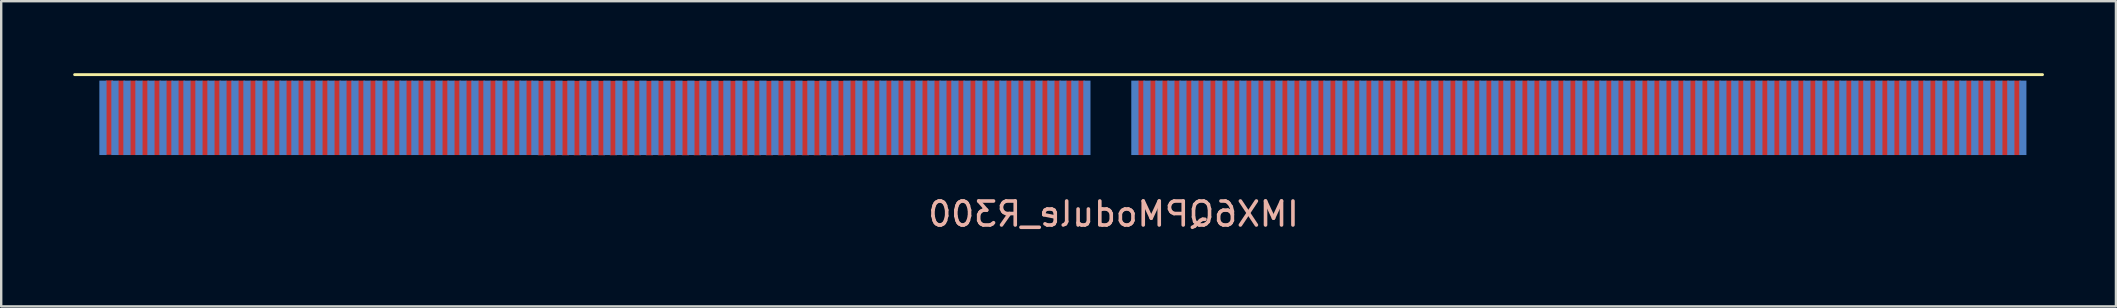
<source format=kicad_pcb>
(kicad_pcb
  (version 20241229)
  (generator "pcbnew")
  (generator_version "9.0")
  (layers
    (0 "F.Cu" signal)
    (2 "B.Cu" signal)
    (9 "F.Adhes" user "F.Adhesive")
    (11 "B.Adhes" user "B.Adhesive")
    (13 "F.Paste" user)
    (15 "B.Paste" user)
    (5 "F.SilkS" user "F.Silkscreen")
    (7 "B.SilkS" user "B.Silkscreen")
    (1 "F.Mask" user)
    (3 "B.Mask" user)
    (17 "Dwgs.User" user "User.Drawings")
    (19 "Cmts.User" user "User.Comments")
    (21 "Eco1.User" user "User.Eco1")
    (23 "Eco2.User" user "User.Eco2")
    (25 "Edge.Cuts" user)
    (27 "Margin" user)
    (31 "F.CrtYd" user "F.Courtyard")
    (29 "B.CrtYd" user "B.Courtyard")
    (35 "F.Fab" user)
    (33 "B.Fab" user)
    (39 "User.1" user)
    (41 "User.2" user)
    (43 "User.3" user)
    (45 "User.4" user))
  (footprint "IMX6QPModule_R300"
    (layer "F.Cu")
    (at 43.26 4.86)
    (property "Reference" "IMX6QPModule_R300" (at 0.09 1.01 0) (layer "B.SilkS") (effects (font (size 1 1) (thickness 0.15)) (justify mirror)))
    (attr through_hole)
    (fp_line (start -43.2 -4.8) (end 38.8 -4.8) (stroke (width 0.12) (type solid)) (layer "F.SilkS"))
    (pad "1" smd rect (at -42.02 -3) (size 0.3 3.1) (layers "B.Cu" "B.Mask" "B.Paste"))
    (pad "2" smd rect (at -41.75 -3.01) (size 0.3 3.1) (layers "F.Cu" "F.Mask" "F.Paste"))
    (pad "3" smd rect (at -41.52 -3) (size 0.3 3.1) (layers "B.Cu" "B.Mask" "B.Paste"))
    (pad "4" smd rect (at -41.25 -3) (size 0.3 3.1) (layers "F.Cu" "F.Mask" "F.Paste"))
    (pad "5" smd rect (at -41.02 -3) (size 0.3 3.1) (layers "B.Cu" "B.Mask" "B.Paste"))
    (pad "6" smd rect (at -40.75 -3) (size 0.3 3.1) (layers "F.Cu" "F.Mask" "F.Paste"))
    (pad "7" smd rect (at -40.52 -3) (size 0.3 3.1) (layers "B.Cu" "B.Mask" "B.Paste"))
    (pad "8" smd rect (at -40.25 -3) (size 0.3 3.1) (layers "F.Cu" "F.Mask" "F.Paste"))
    (pad "9" smd rect (at -40.02 -3) (size 0.3 3.1) (layers "B.Cu" "B.Mask" "B.Paste"))
    (pad "10" smd rect (at -39.75 -3) (size 0.3 3.1) (layers "F.Cu" "F.Mask" "F.Paste"))
    (pad "11" smd rect (at -39.52 -3) (size 0.3 3.1) (layers "B.Cu" "B.Mask" "B.Paste"))
    (pad "12" smd rect (at -39.25 -3) (size 0.3 3.1) (layers "F.Cu" "F.Mask" "F.Paste"))
    (pad "13" smd rect (at -39.02 -3) (size 0.3 3.1) (layers "B.Cu" "B.Mask" "B.Paste"))
    (pad "14" smd rect (at -38.75 -3) (size 0.3 3.1) (layers "F.Cu" "F.Mask" "F.Paste"))
    (pad "15" smd rect (at -38.52 -3) (size 0.3 3.1) (layers "B.Cu" "B.Mask" "B.Paste"))
    (pad "16" smd rect (at -38.25 -3) (size 0.3 3.1) (layers "F.Cu" "F.Mask" "F.Paste"))
    (pad "17" smd rect (at -38.02 -3) (size 0.3 3.1) (layers "B.Cu" "B.Mask" "B.Paste"))
    (pad "18" smd rect (at -37.75 -3) (size 0.3 3.1) (layers "F.Cu" "F.Mask" "F.Paste"))
    (pad "19" smd rect (at -37.52 -3) (size 0.3 3.1) (layers "B.Cu" "B.Mask" "B.Paste"))
    (pad "20" smd rect (at -37.25 -3) (size 0.3 3.1) (layers "F.Cu" "F.Mask" "F.Paste"))
    (pad "21" smd rect (at -37.02 -3) (size 0.3 3.1) (layers "B.Cu" "B.Mask" "B.Paste"))
    (pad "22" smd rect (at -36.75 -3) (size 0.3 3.1) (layers "F.Cu" "F.Mask" "F.Paste"))
    (pad "23" smd rect (at -36.52 -3) (size 0.3 3.1) (layers "B.Cu" "B.Mask" "B.Paste"))
    (pad "24" smd rect (at -36.25 -3) (size 0.3 3.1) (layers "F.Cu" "F.Mask" "F.Paste"))
    (pad "25" smd rect (at -36.02 -3) (size 0.3 3.1) (layers "B.Cu" "B.Mask" "B.Paste"))
    (pad "26" smd rect (at -35.75 -3) (size 0.3 3.1) (layers "F.Cu" "F.Mask" "F.Paste"))
    (pad "27" smd rect (at -35.52 -3) (size 0.3 3.1) (layers "B.Cu" "B.Mask" "B.Paste"))
    (pad "28" smd rect (at -35.25 -3) (size 0.3 3.1) (layers "F.Cu" "F.Mask" "F.Paste"))
    (pad "29" smd rect (at -35.02 -3) (size 0.3 3.1) (layers "B.Cu" "B.Mask" "B.Paste"))
    (pad "30" smd rect (at -34.75 -3) (size 0.3 3.1) (layers "F.Cu" "F.Mask" "F.Paste"))
    (pad "31" smd rect (at -34.52 -3) (size 0.3 3.1) (layers "B.Cu" "B.Mask" "B.Paste"))
    (pad "32" smd rect (at -34.25 -3) (size 0.3 3.1) (layers "F.Cu" "F.Mask" "F.Paste"))
    (pad "33" smd rect (at -34.02 -3) (size 0.3 3.1) (layers "B.Cu" "B.Mask" "B.Paste"))
    (pad "34" smd rect (at -33.75 -3) (size 0.3 3.1) (layers "F.Cu" "F.Mask" "F.Paste"))
    (pad "35" smd rect (at -33.52 -3) (size 0.3 3.1) (layers "B.Cu" "B.Mask" "B.Paste"))
    (pad "36" smd rect (at -33.25 -3) (size 0.3 3.1) (layers "F.Cu" "F.Mask" "F.Paste"))
    (pad "37" smd rect (at -33.02 -3) (size 0.3 3.1) (layers "B.Cu" "B.Mask" "B.Paste"))
    (pad "38" smd rect (at -32.75 -3) (size 0.3 3.1) (layers "F.Cu" "F.Mask" "F.Paste"))
    (pad "39" smd rect (at -32.52 -3) (size 0.3 3.1) (layers "B.Cu" "B.Mask" "B.Paste"))
    (pad "40" smd rect (at -32.25 -3) (size 0.3 3.1) (layers "F.Cu" "F.Mask" "F.Paste"))
    (pad "41" smd rect (at -32.02 -3) (size 0.3 3.1) (layers "B.Cu" "B.Mask" "B.Paste"))
    (pad "42" smd rect (at -31.75 -3) (size 0.3 3.1) (layers "F.Cu" "F.Mask" "F.Paste"))
    (pad "43" smd rect (at -31.52 -3) (size 0.3 3.1) (layers "B.Cu" "B.Mask" "B.Paste"))
    (pad "44" smd rect (at -31.25 -3) (size 0.3 3.1) (layers "F.Cu" "F.Mask" "F.Paste"))
    (pad "45" smd rect (at -31.02 -3) (size 0.3 3.1) (layers "B.Cu" "B.Mask" "B.Paste"))
    (pad "46" smd rect (at -30.75 -3) (size 0.3 3.1) (layers "F.Cu" "F.Mask" "F.Paste"))
    (pad "47" smd rect (at -30.52 -3) (size 0.3 3.1) (layers "B.Cu" "B.Mask" "B.Paste"))
    (pad "48" smd rect (at -30.25 -3) (size 0.3 3.1) (layers "F.Cu" "F.Mask" "F.Paste"))
    (pad "49" smd rect (at -30.02 -3) (size 0.3 3.1) (layers "B.Cu" "B.Mask" "B.Paste"))
    (pad "50" smd rect (at -29.75 -3) (size 0.3 3.1) (layers "F.Cu" "F.Mask" "F.Paste"))
    (pad "51" smd rect (at -29.52 -3) (size 0.3 3.1) (layers "B.Cu" "B.Mask" "B.Paste"))
    (pad "52" smd rect (at -29.25 -3) (size 0.3 3.1) (layers "F.Cu" "F.Mask" "F.Paste"))
    (pad "53" smd rect (at -29.02 -3) (size 0.3 3.1) (layers "B.Cu" "B.Mask" "B.Paste"))
    (pad "54" smd rect (at -28.75 -3) (size 0.3 3.1) (layers "F.Cu" "F.Mask" "F.Paste"))
    (pad "55" smd rect (at -28.52 -3) (size 0.3 3.1) (layers "B.Cu" "B.Mask" "B.Paste"))
    (pad "56" smd rect (at -28.25 -3) (size 0.3 3.1) (layers "F.Cu" "F.Mask" "F.Paste"))
    (pad "57" smd rect (at -28.02 -3) (size 0.3 3.1) (layers "B.Cu" "B.Mask" "B.Paste"))
    (pad "58" smd rect (at -27.75 -3) (size 0.3 3.1) (layers "F.Cu" "F.Mask" "F.Paste"))
    (pad "59" smd rect (at -27.52 -3) (size 0.3 3.1) (layers "B.Cu" "B.Mask" "B.Paste"))
    (pad "60" smd rect (at -27.25 -3) (size 0.3 3.1) (layers "F.Cu" "F.Mask" "F.Paste"))
    (pad "61" smd rect (at -27.02 -3) (size 0.3 3.1) (layers "B.Cu" "B.Mask" "B.Paste"))
    (pad "62" smd rect (at -26.75 -3) (size 0.3 3.1) (layers "F.Cu" "F.Mask" "F.Paste"))
    (pad "63" smd rect (at -26.52 -3) (size 0.3 3.1) (layers "B.Cu" "B.Mask" "B.Paste"))
    (pad "64" smd rect (at -26.25 -3) (size 0.3 3.1) (layers "F.Cu" "F.Mask" "F.Paste"))
    (pad "65" smd rect (at -26.02 -3) (size 0.3 3.1) (layers "B.Cu" "B.Mask" "B.Paste"))
    (pad "66" smd rect (at -25.75 -3) (size 0.3 3.1) (layers "F.Cu" "F.Mask" "F.Paste"))
    (pad "67" smd rect (at -25.52 -3) (size 0.3 3.1) (layers "B.Cu" "B.Mask" "B.Paste"))
    (pad "68" smd rect (at -25.25 -3) (size 0.3 3.1) (layers "F.Cu" "F.Mask" "F.Paste"))
    (pad "69" smd rect (at -25.02 -3) (size 0.3 3.1) (layers "B.Cu" "B.Mask" "B.Paste"))
    (pad "70" smd rect (at -24.75 -3) (size 0.3 3.1) (layers "F.Cu" "F.Mask" "F.Paste"))
    (pad "71" smd rect (at -24.52 -3) (size 0.3 3.1) (layers "B.Cu" "B.Mask" "B.Paste"))
    (pad "72" smd rect (at -24.25 -3) (size 0.3 3.1) (layers "F.Cu" "F.Mask" "F.Paste"))
    (pad "73" smd rect (at -24.02 -3) (size 0.3 3.1) (layers "B.Cu" "B.Mask" "B.Paste"))
    (pad "74" smd rect (at -23.75 -2.99) (size 0.3 3.1) (layers "F.Cu" "F.Mask" "F.Paste"))
    (pad "75" smd rect (at -23.52 -3) (size 0.3 3.1) (layers "B.Cu" "B.Mask" "B.Paste"))
    (pad "76" smd rect (at -23.25 -2.99) (size 0.3 3.1) (layers "F.Cu" "F.Mask" "F.Paste"))
    (pad "77" smd rect (at -23.02 -3) (size 0.3 3.1) (layers "B.Cu" "B.Mask" "B.Paste"))
    (pad "78" smd rect (at -22.75 -2.99) (size 0.3 3.1) (layers "F.Cu" "F.Mask" "F.Paste"))
    (pad "79" smd rect (at -22.52 -3) (size 0.3 3.1) (layers "B.Cu" "B.Mask" "B.Paste"))
    (pad "80" smd rect (at -22.25 -2.99) (size 0.3 3.1) (layers "F.Cu" "F.Mask" "F.Paste"))
    (pad "81" smd rect (at -22.02 -3) (size 0.3 3.1) (layers "B.Cu" "B.Mask" "B.Paste"))
    (pad "82" smd rect (at -21.75 -2.99) (size 0.3 3.1) (layers "F.Cu" "F.Mask" "F.Paste"))
    (pad "83" smd rect (at -21.52 -3) (size 0.3 3.1) (layers "B.Cu" "B.Mask" "B.Paste"))
    (pad "84" smd rect (at -21.25 -2.99) (size 0.3 3.1) (layers "F.Cu" "F.Mask" "F.Paste"))
    (pad "85" smd rect (at -21.02 -3) (size 0.3 3.1) (layers "B.Cu" "B.Mask" "B.Paste"))
    (pad "86" smd rect (at -20.75 -2.99) (size 0.3 3.1) (layers "F.Cu" "F.Mask" "F.Paste"))
    (pad "87" smd rect (at -20.52 -3) (size 0.3 3.1) (layers "B.Cu" "B.Mask" "B.Paste"))
    (pad "88" smd rect (at -20.25 -2.99) (size 0.3 3.1) (layers "F.Cu" "F.Mask" "F.Paste"))
    (pad "89" smd rect (at -20.02 -3) (size 0.3 3.1) (layers "B.Cu" "B.Mask" "B.Paste"))
    (pad "90" smd rect (at -19.75 -2.99) (size 0.3 3.1) (layers "F.Cu" "F.Mask" "F.Paste"))
    (pad "91" smd rect (at -19.52 -3) (size 0.3 3.1) (layers "B.Cu" "B.Mask" "B.Paste"))
    (pad "92" smd rect (at -19.25 -2.99) (size 0.3 3.1) (layers "F.Cu" "F.Mask" "F.Paste"))
    (pad "93" smd rect (at -19.02 -3) (size 0.3 3.1) (layers "B.Cu" "B.Mask" "B.Paste"))
    (pad "94" smd rect (at -18.75 -2.99) (size 0.3 3.1) (layers "F.Cu" "F.Mask" "F.Paste"))
    (pad "95" smd rect (at -18.52 -3) (size 0.3 3.1) (layers "B.Cu" "B.Mask" "B.Paste"))
    (pad "96" smd rect (at -18.25 -2.99) (size 0.3 3.1) (layers "F.Cu" "F.Mask" "F.Paste"))
    (pad "97" smd rect (at -18.02 -3) (size 0.3 3.1) (layers "B.Cu" "B.Mask" "B.Paste"))
    (pad "98" smd rect (at -17.75 -2.99) (size 0.3 3.1) (layers "F.Cu" "F.Mask" "F.Paste"))
    (pad "99" smd rect (at -17.52 -3) (size 0.3 3.1) (layers "B.Cu" "B.Mask" "B.Paste"))
    (pad "100" smd rect (at -17.25 -2.99) (size 0.3 3.1) (layers "F.Cu" "F.Mask" "F.Paste"))
    (pad "101" smd rect (at -17.02 -3) (size 0.3 3.1) (layers "B.Cu" "B.Mask" "B.Paste"))
    (pad "102" smd rect (at -16.75 -2.99) (size 0.3 3.1) (layers "F.Cu" "F.Mask" "F.Paste"))
    (pad "103" smd rect (at -16.52 -3) (size 0.3 3.1) (layers "B.Cu" "B.Mask" "B.Paste"))
    (pad "104" smd rect (at -16.25 -2.99) (size 0.3 3.1) (layers "F.Cu" "F.Mask" "F.Paste"))
    (pad "105" smd rect (at -16.02 -3) (size 0.3 3.1) (layers "B.Cu" "B.Mask" "B.Paste"))
    (pad "106" smd rect (at -15.75 -2.99) (size 0.3 3.1) (layers "F.Cu" "F.Mask" "F.Paste"))
    (pad "107" smd rect (at -15.52 -3) (size 0.3 3.1) (layers "B.Cu" "B.Mask" "B.Paste"))
    (pad "108" smd rect (at -15.25 -2.99) (size 0.3 3.1) (layers "F.Cu" "F.Mask" "F.Paste"))
    (pad "109" smd rect (at -15.02 -3) (size 0.3 3.1) (layers "B.Cu" "B.Mask" "B.Paste"))
    (pad "110" smd rect (at -14.75 -2.99) (size 0.3 3.1) (layers "F.Cu" "F.Mask" "F.Paste"))
    (pad "111" smd rect (at -14.52 -3) (size 0.3 3.1) (layers "B.Cu" "B.Mask" "B.Paste"))
    (pad "112" smd rect (at -14.25 -2.99) (size 0.3 3.1) (layers "F.Cu" "F.Mask" "F.Paste"))
    (pad "113" smd rect (at -14.02 -3) (size 0.3 3.1) (layers "B.Cu" "B.Mask" "B.Paste"))
    (pad "114" smd rect (at -13.75 -2.99) (size 0.3 3.1) (layers "F.Cu" "F.Mask" "F.Paste"))
    (pad "115" smd rect (at -13.52 -3) (size 0.3 3.1) (layers "B.Cu" "B.Mask" "B.Paste"))
    (pad "116" smd rect (at -13.25 -2.99) (size 0.3 3.1) (layers "F.Cu" "F.Mask" "F.Paste"))
    (pad "117" smd rect (at -13.02 -3) (size 0.3 3.1) (layers "B.Cu" "B.Mask" "B.Paste"))
    (pad "118" smd rect (at -12.75 -2.99) (size 0.3 3.1) (layers "F.Cu" "F.Mask" "F.Paste"))
    (pad "119" smd rect (at -12.52 -3) (size 0.3 3.1) (layers "B.Cu" "B.Mask" "B.Paste"))
    (pad "120" smd rect (at -12.25 -2.99) (size 0.3 3.1) (layers "F.Cu" "F.Mask" "F.Paste"))
    (pad "121" smd rect (at -12.02 -3) (size 0.3 3.1) (layers "B.Cu" "B.Mask" "B.Paste"))
    (pad "122" smd rect (at -11.75 -2.99) (size 0.3 3.1) (layers "F.Cu" "F.Mask" "F.Paste"))
    (pad "123" smd rect (at -11.52 -3) (size 0.3 3.1) (layers "B.Cu" "B.Mask" "B.Paste"))
    (pad "124" smd rect (at -11.25 -2.99) (size 0.3 3.1) (layers "F.Cu" "F.Mask" "F.Paste"))
    (pad "125" smd rect (at -11.02 -3) (size 0.3 3.1) (layers "B.Cu" "B.Mask" "B.Paste"))
    (pad "126" smd rect (at -10.75 -3) (size 0.3 3.1) (layers "F.Cu" "F.Mask" "F.Paste"))
    (pad "127" smd rect (at -10.52 -3) (size 0.3 3.1) (layers "B.Cu" "B.Mask" "B.Paste"))
    (pad "128" smd rect (at -10.25 -3) (size 0.3 3.1) (layers "F.Cu" "F.Mask" "F.Paste"))
    (pad "129" smd rect (at -10.02 -3) (size 0.3 3.1) (layers "B.Cu" "B.Mask" "B.Paste"))
    (pad "130" smd rect (at -9.75 -3) (size 0.3 3.1) (layers "F.Cu" "F.Mask" "F.Paste"))
    (pad "131" smd rect (at -9.52 -3) (size 0.3 3.1) (layers "B.Cu" "B.Mask" "B.Paste"))
    (pad "132" smd rect (at -9.25 -3) (size 0.3 3.1) (layers "F.Cu" "F.Mask" "F.Paste"))
    (pad "133" smd rect (at -9.02 -3) (size 0.3 3.1) (layers "B.Cu" "B.Mask" "B.Paste"))
    (pad "134" smd rect (at -8.75 -3) (size 0.3 3.1) (layers "F.Cu" "F.Mask" "F.Paste"))
    (pad "135" smd rect (at -8.52 -3) (size 0.3 3.1) (layers "B.Cu" "B.Mask" "B.Paste"))
    (pad "136" smd rect (at -8.25 -3) (size 0.3 3.1) (layers "F.Cu" "F.Mask" "F.Paste"))
    (pad "137" smd rect (at -8.02 -3) (size 0.3 3.1) (layers "B.Cu" "B.Mask" "B.Paste"))
    (pad "138" smd rect (at -7.75 -3) (size 0.3 3.1) (layers "F.Cu" "F.Mask" "F.Paste"))
    (pad "139" smd rect (at -7.52 -3) (size 0.3 3.1) (layers "B.Cu" "B.Mask" "B.Paste"))
    (pad "140" smd rect (at -7.25 -3) (size 0.3 3.1) (layers "F.Cu" "F.Mask" "F.Paste"))
    (pad "141" smd rect (at -7.02 -3) (size 0.3 3.1) (layers "B.Cu" "B.Mask" "B.Paste"))
    (pad "142" smd rect (at -6.75 -3) (size 0.3 3.1) (layers "F.Cu" "F.Mask" "F.Paste"))
    (pad "143" smd rect (at -6.52 -3) (size 0.3 3.1) (layers "B.Cu" "B.Mask" "B.Paste"))
    (pad "144" smd rect (at -6.25 -3) (size 0.3 3.1) (layers "F.Cu" "F.Mask" "F.Paste"))
    (pad "145" smd rect (at -6.02 -3) (size 0.3 3.1) (layers "B.Cu" "B.Mask" "B.Paste"))
    (pad "146" smd rect (at -5.75 -3) (size 0.3 3.1) (layers "F.Cu" "F.Mask" "F.Paste"))
    (pad "147" smd rect (at -5.52 -3) (size 0.3 3.1) (layers "B.Cu" "B.Mask" "B.Paste"))
    (pad "148" smd rect (at -5.25 -3) (size 0.3 3.1) (layers "F.Cu" "F.Mask" "F.Paste"))
    (pad "149" smd rect (at -5.02 -3) (size 0.3 3.1) (layers "B.Cu" "B.Mask" "B.Paste"))
    (pad "150" smd rect (at -4.75 -3) (size 0.3 3.1) (layers "F.Cu" "F.Mask" "F.Paste"))
    (pad "151" smd rect (at -4.52 -3) (size 0.3 3.1) (layers "B.Cu" "B.Mask" "B.Paste"))
    (pad "152" smd rect (at -4.25 -3) (size 0.3 3.1) (layers "F.Cu" "F.Mask" "F.Paste"))
    (pad "153" smd rect (at -4.02 -3) (size 0.3 3.1) (layers "B.Cu" "B.Mask" "B.Paste"))
    (pad "154" smd rect (at -3.75 -3) (size 0.3 3.1) (layers "F.Cu" "F.Mask" "F.Paste"))
    (pad "155" smd rect (at -3.52 -3) (size 0.3 3.1) (layers "B.Cu" "B.Mask" "B.Paste"))
    (pad "156" smd rect (at -3.25 -3) (size 0.3 3.1) (layers "F.Cu" "F.Mask" "F.Paste"))
    (pad "157" smd rect (at -3.02 -3) (size 0.3 3.1) (layers "B.Cu" "B.Mask" "B.Paste"))
    (pad "158" smd rect (at -2.75 -3) (size 0.3 3.1) (layers "F.Cu" "F.Mask" "F.Paste"))
    (pad "159" smd rect (at -2.52 -3) (size 0.3 3.1) (layers "B.Cu" "B.Mask" "B.Paste"))
    (pad "160" smd rect (at -2.25 -3) (size 0.3 3.1) (layers "F.Cu" "F.Mask" "F.Paste"))
    (pad "161" smd rect (at -2.02 -3) (size 0.3 3.1) (layers "B.Cu" "B.Mask" "B.Paste"))
    (pad "162" smd rect (at -1.75 -3) (size 0.3 3.1) (layers "F.Cu" "F.Mask" "F.Paste"))
    (pad "163" smd rect (at -1.52 -3) (size 0.3 3.1) (layers "B.Cu" "B.Mask" "B.Paste"))
    (pad "164" smd rect (at -1.25 -3) (size 0.3 3.1) (layers "F.Cu" "F.Mask" "F.Paste"))
    (pad "165" smd rect (at -1.02 -3) (size 0.3 3.1) (layers "B.Cu" "B.Mask" "B.Paste"))
    (pad "173" smd rect (at 0.98 -3) (size 0.3 3.1) (layers "B.Cu" "B.Mask" "B.Paste"))
    (pad "174" smd rect (at 1.25 -3) (size 0.3 3.1) (layers "F.Cu" "F.Mask" "F.Paste"))
    (pad "175" smd rect (at 1.48 -3) (size 0.3 3.1) (layers "B.Cu" "B.Mask" "B.Paste"))
    (pad "176" smd rect (at 1.75 -3) (size 0.3 3.1) (layers "F.Cu" "F.Mask" "F.Paste"))
    (pad "177" smd rect (at 1.98 -3) (size 0.3 3.1) (layers "B.Cu" "B.Mask" "B.Paste"))
    (pad "178" smd rect (at 2.25 -3) (size 0.3 3.1) (layers "F.Cu" "F.Mask" "F.Paste"))
    (pad "179" smd rect (at 2.48 -3) (size 0.3 3.1) (layers "B.Cu" "B.Mask" "B.Paste"))
    (pad "180" smd rect (at 2.75 -3) (size 0.3 3.1) (layers "F.Cu" "F.Mask" "F.Paste"))
    (pad "181" smd rect (at 2.98 -3) (size 0.3 3.1) (layers "B.Cu" "B.Mask" "B.Paste"))
    (pad "182" smd rect (at 3.25 -3) (size 0.3 3.1) (layers "F.Cu" "F.Mask" "F.Paste"))
    (pad "183" smd rect (at 3.48 -3) (size 0.3 3.1) (layers "B.Cu" "B.Mask" "B.Paste"))
    (pad "184" smd rect (at 3.75 -3) (size 0.3 3.1) (layers "F.Cu" "F.Mask" "F.Paste"))
    (pad "185" smd rect (at 3.98 -3) (size 0.3 3.1) (layers "B.Cu" "B.Mask" "B.Paste"))
    (pad "186" smd rect (at 4.25 -3) (size 0.3 3.1) (layers "F.Cu" "F.Mask" "F.Paste"))
    (pad "187" smd rect (at 4.48 -3) (size 0.3 3.1) (layers "B.Cu" "B.Mask" "B.Paste"))
    (pad "188" smd rect (at 4.75 -3) (size 0.3 3.1) (layers "F.Cu" "F.Mask" "F.Paste"))
    (pad "189" smd rect (at 4.98 -3) (size 0.3 3.1) (layers "B.Cu" "B.Mask" "B.Paste"))
    (pad "190" smd rect (at 5.25 -3) (size 0.3 3.1) (layers "F.Cu" "F.Mask" "F.Paste"))
    (pad "191" smd rect (at 5.48 -3) (size 0.3 3.1) (layers "B.Cu" "B.Mask" "B.Paste"))
    (pad "192" smd rect (at 5.75 -3) (size 0.3 3.1) (layers "F.Cu" "F.Mask" "F.Paste"))
    (pad "193" smd rect (at 5.98 -3) (size 0.3 3.1) (layers "B.Cu" "B.Mask" "B.Paste"))
    (pad "194" smd rect (at 6.25 -3) (size 0.3 3.1) (layers "F.Cu" "F.Mask" "F.Paste"))
    (pad "195" smd rect (at 6.48 -3) (size 0.3 3.1) (layers "B.Cu" "B.Mask" "B.Paste"))
    (pad "196" smd rect (at 6.75 -3) (size 0.3 3.1) (layers "F.Cu" "F.Mask" "F.Paste"))
    (pad "197" smd rect (at 6.98 -3) (size 0.3 3.1) (layers "B.Cu" "B.Mask" "B.Paste"))
    (pad "198" smd rect (at 7.25 -3) (size 0.3 3.1) (layers "F.Cu" "F.Mask" "F.Paste"))
    (pad "199" smd rect (at 7.48 -3) (size 0.3 3.1) (layers "B.Cu" "B.Mask" "B.Paste"))
    (pad "200" smd rect (at 7.75 -3) (size 0.3 3.1) (layers "F.Cu" "F.Mask" "F.Paste"))
    (pad "201" smd rect (at 7.98 -3) (size 0.3 3.1) (layers "B.Cu" "B.Mask" "B.Paste"))
    (pad "202" smd rect (at 8.25 -3) (size 0.3 3.1) (layers "F.Cu" "F.Mask" "F.Paste"))
    (pad "203" smd rect (at 8.48 -3) (size 0.3 3.1) (layers "B.Cu" "B.Mask" "B.Paste"))
    (pad "204" smd rect (at 8.75 -3) (size 0.3 3.1) (layers "F.Cu" "F.Mask" "F.Paste"))
    (pad "205" smd rect (at 8.98 -3) (size 0.3 3.1) (layers "B.Cu" "B.Mask" "B.Paste"))
    (pad "206" smd rect (at 9.25 -3) (size 0.3 3.1) (layers "F.Cu" "F.Mask" "F.Paste"))
    (pad "207" smd rect (at 9.48 -3) (size 0.3 3.1) (layers "B.Cu" "B.Mask" "B.Paste"))
    (pad "208" smd rect (at 9.75 -3) (size 0.3 3.1) (layers "F.Cu" "F.Mask" "F.Paste"))
    (pad "209" smd rect (at 9.98 -3) (size 0.3 3.1) (layers "B.Cu" "B.Mask" "B.Paste"))
    (pad "210" smd rect (at 10.25 -3) (size 0.3 3.1) (layers "F.Cu" "F.Mask" "F.Paste"))
    (pad "211" smd rect (at 10.48 -3) (size 0.3 3.1) (layers "B.Cu" "B.Mask" "B.Paste"))
    (pad "212" smd rect (at 10.75 -3) (size 0.3 3.1) (layers "F.Cu" "F.Mask" "F.Paste"))
    (pad "213" smd rect (at 10.98 -3) (size 0.3 3.1) (layers "B.Cu" "B.Mask" "B.Paste"))
    (pad "214" smd rect (at 11.25 -3) (size 0.3 3.1) (layers "F.Cu" "F.Mask" "F.Paste"))
    (pad "215" smd rect (at 11.48 -3) (size 0.3 3.1) (layers "B.Cu" "B.Mask" "B.Paste"))
    (pad "216" smd rect (at 11.75 -3) (size 0.3 3.1) (layers "F.Cu" "F.Mask" "F.Paste"))
    (pad "217" smd rect (at 11.98 -3) (size 0.3 3.1) (layers "B.Cu" "B.Mask" "B.Paste"))
    (pad "218" smd rect (at 12.25 -3) (size 0.3 3.1) (layers "F.Cu" "F.Mask" "F.Paste"))
    (pad "219" smd rect (at 12.48 -3) (size 0.3 3.1) (layers "B.Cu" "B.Mask" "B.Paste"))
    (pad "220" smd rect (at 12.75 -3) (size 0.3 3.1) (layers "F.Cu" "F.Mask" "F.Paste"))
    (pad "221" smd rect (at 12.98 -3) (size 0.3 3.1) (layers "B.Cu" "B.Mask" "B.Paste"))
    (pad "222" smd rect (at 13.25 -3) (size 0.3 3.1) (layers "F.Cu" "F.Mask" "F.Paste"))
    (pad "223" smd rect (at 13.48 -3) (size 0.3 3.1) (layers "B.Cu" "B.Mask" "B.Paste"))
    (pad "224" smd rect (at 13.75 -3) (size 0.3 3.1) (layers "F.Cu" "F.Mask" "F.Paste"))
    (pad "225" smd rect (at 13.98 -3) (size 0.3 3.1) (layers "B.Cu" "B.Mask" "B.Paste"))
    (pad "226" smd rect (at 14.25 -3) (size 0.3 3.1) (layers "F.Cu" "F.Mask" "F.Paste"))
    (pad "227" smd rect (at 14.48 -3) (size 0.3 3.1) (layers "B.Cu" "B.Mask" "B.Paste"))
    (pad "228" smd rect (at 14.75 -3) (size 0.3 3.1) (layers "F.Cu" "F.Mask" "F.Paste"))
    (pad "229" smd rect (at 14.98 -3) (size 0.3 3.1) (layers "B.Cu" "B.Mask" "B.Paste"))
    (pad "230" smd rect (at 15.25 -3) (size 0.3 3.1) (layers "F.Cu" "F.Mask" "F.Paste"))
    (pad "231" smd rect (at 15.48 -3) (size 0.3 3.1) (layers "B.Cu" "B.Mask" "B.Paste"))
    (pad "232" smd rect (at 15.75 -3) (size 0.3 3.1) (layers "F.Cu" "F.Mask" "F.Paste"))
    (pad "233" smd rect (at 15.98 -3) (size 0.3 3.1) (layers "B.Cu" "B.Mask" "B.Paste"))
    (pad "234" smd rect (at 16.25 -3) (size 0.3 3.1) (layers "F.Cu" "F.Mask" "F.Paste"))
    (pad "235" smd rect (at 16.48 -3) (size 0.3 3.1) (layers "B.Cu" "B.Mask" "B.Paste"))
    (pad "236" smd rect (at 16.75 -3) (size 0.3 3.1) (layers "F.Cu" "F.Mask" "F.Paste"))
    (pad "237" smd rect (at 16.98 -3) (size 0.3 3.1) (layers "B.Cu" "B.Mask" "B.Paste"))
    (pad "238" smd rect (at 17.25 -3) (size 0.3 3.1) (layers "F.Cu" "F.Mask" "F.Paste"))
    (pad "239" smd rect (at 17.48 -3) (size 0.3 3.1) (layers "B.Cu" "B.Mask" "B.Paste"))
    (pad "240" smd rect (at 17.75 -3) (size 0.3 3.1) (layers "F.Cu" "F.Mask" "F.Paste"))
    (pad "241" smd rect (at 17.98 -3) (size 0.3 3.1) (layers "B.Cu" "B.Mask" "B.Paste"))
    (pad "242" smd rect (at 18.25 -3) (size 0.3 3.1) (layers "F.Cu" "F.Mask" "F.Paste"))
    (pad "243" smd rect (at 18.48 -3) (size 0.3 3.1) (layers "B.Cu" "B.Mask" "B.Paste"))
    (pad "244" smd rect (at 18.75 -3) (size 0.3 3.1) (layers "F.Cu" "F.Mask" "F.Paste"))
    (pad "245" smd rect (at 18.98 -3) (size 0.3 3.1) (layers "B.Cu" "B.Mask" "B.Paste"))
    (pad "246" smd rect (at 19.25 -3) (size 0.3 3.1) (layers "F.Cu" "F.Mask" "F.Paste"))
    (pad "247" smd rect (at 19.48 -3) (size 0.3 3.1) (layers "B.Cu" "B.Mask" "B.Paste"))
    (pad "248" smd rect (at 19.75 -3) (size 0.3 3.1) (layers "F.Cu" "F.Mask" "F.Paste"))
    (pad "249" smd rect (at 19.98 -3) (size 0.3 3.1) (layers "B.Cu" "B.Mask" "B.Paste"))
    (pad "250" smd rect (at 20.25 -3) (size 0.3 3.1) (layers "F.Cu" "F.Mask" "F.Paste"))
    (pad "251" smd rect (at 20.48 -3) (size 0.3 3.1) (layers "B.Cu" "B.Mask" "B.Paste"))
    (pad "252" smd rect (at 20.75 -3) (size 0.3 3.1) (layers "F.Cu" "F.Mask" "F.Paste"))
    (pad "253" smd rect (at 20.98 -3) (size 0.3 3.1) (layers "B.Cu" "B.Mask" "B.Paste"))
    (pad "254" smd rect (at 21.25 -3) (size 0.3 3.1) (layers "F.Cu" "F.Mask" "F.Paste"))
    (pad "255" smd rect (at 21.48 -3) (size 0.3 3.1) (layers "B.Cu" "B.Mask" "B.Paste"))
    (pad "256" smd rect (at 21.75 -3) (size 0.3 3.1) (layers "F.Cu" "F.Mask" "F.Paste"))
    (pad "257" smd rect (at 21.98 -3) (size 0.3 3.1) (layers "B.Cu" "B.Mask" "B.Paste"))
    (pad "258" smd rect (at 22.25 -3) (size 0.3 3.1) (layers "F.Cu" "F.Mask" "F.Paste"))
    (pad "259" smd rect (at 22.48 -3) (size 0.3 3.1) (layers "B.Cu" "B.Mask" "B.Paste"))
    (pad "260" smd rect (at 22.75 -3) (size 0.3 3.1) (layers "F.Cu" "F.Mask" "F.Paste"))
    (pad "261" smd rect (at 22.98 -3) (size 0.3 3.1) (layers "B.Cu" "B.Mask" "B.Paste"))
    (pad "262" smd rect (at 23.25 -3) (size 0.3 3.1) (layers "F.Cu" "F.Mask" "F.Paste"))
    (pad "263" smd rect (at 23.48 -3) (size 0.3 3.1) (layers "B.Cu" "B.Mask" "B.Paste"))
    (pad "264" smd rect (at 23.75 -3) (size 0.3 3.1) (layers "F.Cu" "F.Mask" "F.Paste"))
    (pad "265" smd rect (at 23.98 -3) (size 0.3 3.1) (layers "B.Cu" "B.Mask" "B.Paste"))
    (pad "266" smd rect (at 24.25 -3) (size 0.3 3.1) (layers "F.Cu" "F.Mask" "F.Paste"))
    (pad "267" smd rect (at 24.48 -3) (size 0.3 3.1) (layers "B.Cu" "B.Mask" "B.Paste"))
    (pad "268" smd rect (at 24.75 -3) (size 0.3 3.1) (layers "F.Cu" "F.Mask" "F.Paste"))
    (pad "269" smd rect (at 24.98 -3) (size 0.3 3.1) (layers "B.Cu" "B.Mask" "B.Paste"))
    (pad "270" smd rect (at 25.25 -3) (size 0.3 3.1) (layers "F.Cu" "F.Mask" "F.Paste"))
    (pad "271" smd rect (at 25.48 -3) (size 0.3 3.1) (layers "B.Cu" "B.Mask" "B.Paste"))
    (pad "272" smd rect (at 25.75 -3) (size 0.3 3.1) (layers "F.Cu" "F.Mask" "F.Paste"))
    (pad "273" smd rect (at 25.98 -3) (size 0.3 3.1) (layers "B.Cu" "B.Mask" "B.Paste"))
    (pad "274" smd rect (at 26.25 -3) (size 0.3 3.1) (layers "F.Cu" "F.Mask" "F.Paste"))
    (pad "275" smd rect (at 26.48 -3) (size 0.3 3.1) (layers "B.Cu" "B.Mask" "B.Paste"))
    (pad "276" smd rect (at 26.75 -3) (size 0.3 3.1) (layers "F.Cu" "F.Mask" "F.Paste"))
    (pad "277" smd rect (at 26.98 -3) (size 0.3 3.1) (layers "B.Cu" "B.Mask" "B.Paste"))
    (pad "278" smd rect (at 27.25 -3) (size 0.3 3.1) (layers "F.Cu" "F.Mask" "F.Paste"))
    (pad "279" smd rect (at 27.48 -3) (size 0.3 3.1) (layers "B.Cu" "B.Mask" "B.Paste"))
    (pad "280" smd rect (at 27.75 -3) (size 0.3 3.1) (layers "F.Cu" "F.Mask" "F.Paste"))
    (pad "281" smd rect (at 27.98 -3) (size 0.3 3.1) (layers "B.Cu" "B.Mask" "B.Paste"))
    (pad "282" smd rect (at 28.25 -3) (size 0.3 3.1) (layers "F.Cu" "F.Mask" "F.Paste"))
    (pad "283" smd rect (at 28.48 -3) (size 0.3 3.1) (layers "B.Cu" "B.Mask" "B.Paste"))
    (pad "284" smd rect (at 28.75 -3) (size 0.3 3.1) (layers "F.Cu" "F.Mask" "F.Paste"))
    (pad "285" smd rect (at 28.98 -3) (size 0.3 3.1) (layers "B.Cu" "B.Mask" "B.Paste"))
    (pad "286" smd rect (at 29.25 -3) (size 0.3 3.1) (layers "F.Cu" "F.Mask" "F.Paste"))
    (pad "287" smd rect (at 29.48 -3) (size 0.3 3.1) (layers "B.Cu" "B.Mask" "B.Paste"))
    (pad "288" smd rect (at 29.75 -3) (size 0.3 3.1) (layers "F.Cu" "F.Mask" "F.Paste"))
    (pad "289" smd rect (at 29.98 -3) (size 0.3 3.1) (layers "B.Cu" "B.Mask" "B.Paste"))
    (pad "290" smd rect (at 30.25 -3) (size 0.3 3.1) (layers "F.Cu" "F.Mask" "F.Paste"))
    (pad "291" smd rect (at 30.48 -3) (size 0.3 3.1) (layers "B.Cu" "B.Mask" "B.Paste"))
    (pad "292" smd rect (at 30.75 -3) (size 0.3 3.1) (layers "F.Cu" "F.Mask" "F.Paste"))
    (pad "293" smd rect (at 30.98 -3) (size 0.3 3.1) (layers "B.Cu" "B.Mask" "B.Paste"))
    (pad "294" smd rect (at 31.25 -3) (size 0.3 3.1) (layers "F.Cu" "F.Mask" "F.Paste"))
    (pad "295" smd rect (at 31.48 -3) (size 0.3 3.1) (layers "B.Cu" "B.Mask" "B.Paste"))
    (pad "296" smd rect (at 31.75 -3) (size 0.3 3.1) (layers "F.Cu" "F.Mask" "F.Paste"))
    (pad "297" smd rect (at 31.98 -3) (size 0.3 3.1) (layers "B.Cu" "B.Mask" "B.Paste"))
    (pad "298" smd rect (at 32.25 -3) (size 0.3 3.1) (layers "F.Cu" "F.Mask" "F.Paste"))
    (pad "299" smd rect (at 32.48 -3) (size 0.3 3.1) (layers "B.Cu" "B.Mask" "B.Paste"))
    (pad "300" smd rect (at 32.75 -3) (size 0.3 3.1) (layers "F.Cu" "F.Mask" "F.Paste"))
    (pad "301" smd rect (at 32.98 -3) (size 0.3 3.1) (layers "B.Cu" "B.Mask" "B.Paste"))
    (pad "302" smd rect (at 33.25 -3) (size 0.3 3.1) (layers "F.Cu" "F.Mask" "F.Paste"))
    (pad "303" smd rect (at 33.48 -3) (size 0.3 3.1) (layers "B.Cu" "B.Mask" "B.Paste"))
    (pad "304" smd rect (at 33.75 -3) (size 0.3 3.1) (layers "F.Cu" "F.Mask" "F.Paste"))
    (pad "305" smd rect (at 33.98 -3) (size 0.3 3.1) (layers "B.Cu" "B.Mask" "B.Paste"))
    (pad "306" smd rect (at 34.25 -3) (size 0.3 3.1) (layers "F.Cu" "F.Mask" "F.Paste"))
    (pad "307" smd rect (at 34.48 -3) (size 0.3 3.1) (layers "B.Cu" "B.Mask" "B.Paste"))
    (pad "308" smd rect (at 34.75 -3) (size 0.3 3.1) (layers "F.Cu" "F.Mask" "F.Paste"))
    (pad "309" smd rect (at 34.98 -3) (size 0.3 3.1) (layers "B.Cu" "B.Mask" "B.Paste"))
    (pad "310" smd rect (at 35.25 -3) (size 0.3 3.1) (layers "F.Cu" "F.Mask" "F.Paste"))
    (pad "311" smd rect (at 35.48 -3) (size 0.3 3.1) (layers "B.Cu" "B.Mask" "B.Paste"))
    (pad "312" smd rect (at 35.75 -3) (size 0.3 3.1) (layers "F.Cu" "F.Mask" "F.Paste"))
    (pad "313" smd rect (at 35.98 -3) (size 0.3 3.1) (layers "B.Cu" "B.Mask" "B.Paste"))
    (pad "314" smd rect (at 36.25 -3) (size 0.3 3.1) (layers "F.Cu" "F.Mask" "F.Paste"))
    (pad "315" smd rect (at 36.48 -3) (size 0.3 3.1) (layers "B.Cu" "B.Mask" "B.Paste"))
    (pad "316" smd rect (at 36.75 -3) (size 0.3 3.1) (layers "F.Cu" "F.Mask" "F.Paste"))
    (pad "317" smd rect (at 36.98 -3) (size 0.3 3.1) (layers "B.Cu" "B.Mask" "B.Paste"))
    (pad "318" smd rect (at 37.25 -3) (size 0.3 3.1) (layers "F.Cu" "F.Mask" "F.Paste"))
    (pad "319" smd rect (at 37.48 -3) (size 0.3 3.1) (layers "B.Cu" "B.Mask" "B.Paste"))
    (pad "320" smd rect (at 37.75 -3) (size 0.3 3.1) (layers "F.Cu" "F.Mask" "F.Paste"))
    (pad "321" smd rect (at 37.98 -3) (size 0.3 3.1) (layers "B.Cu" "B.Mask" "B.Paste")))
  (gr_rect
    (start -3 -3)
    (end 85.12 9.718)
    (stroke (width 0.1) (type default))
    (fill no)
    (layer "Edge.Cuts")))
</source>
